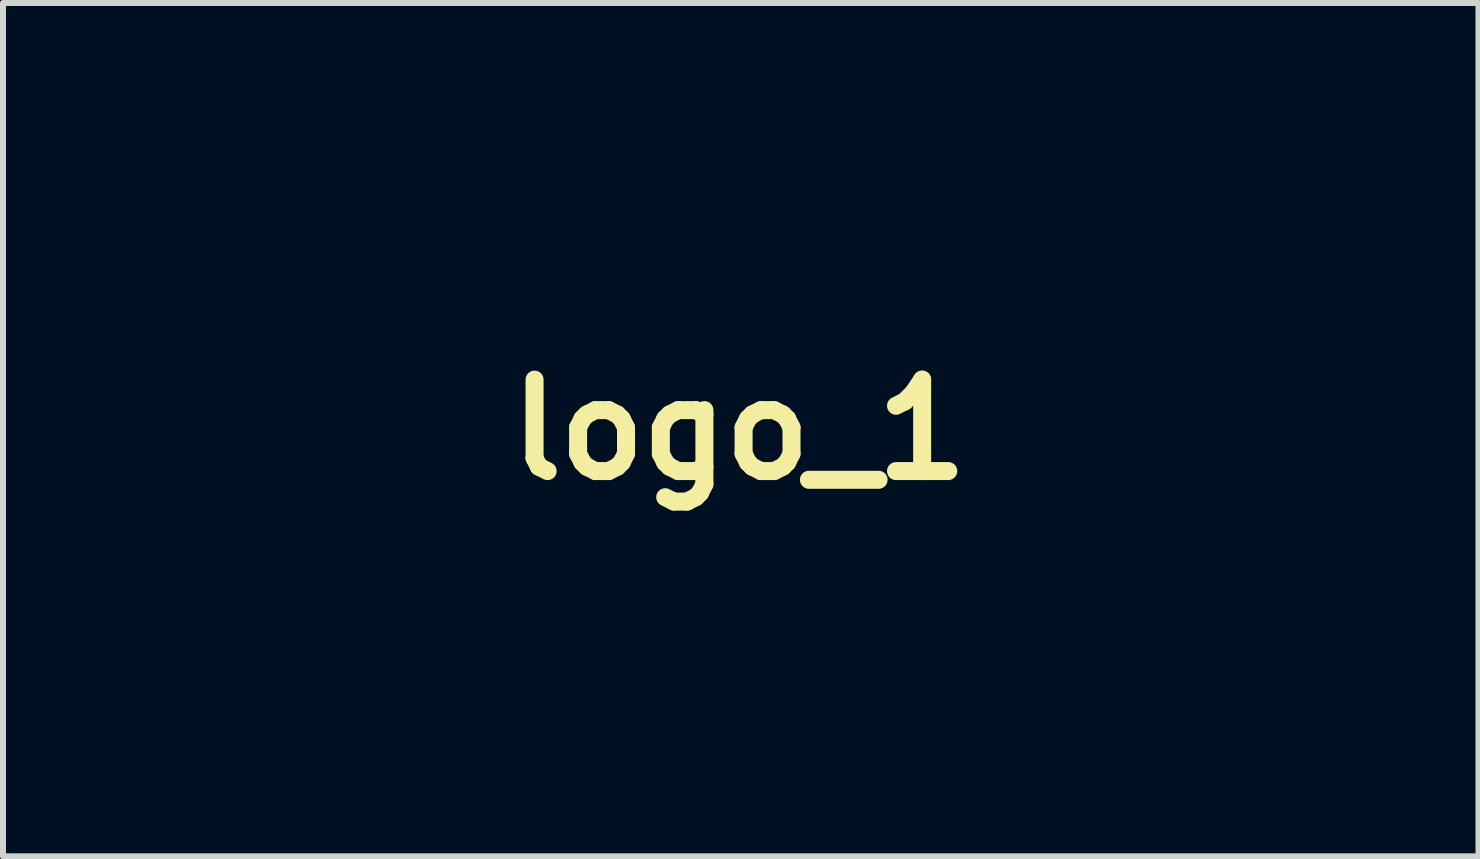
<source format=kicad_pcb>
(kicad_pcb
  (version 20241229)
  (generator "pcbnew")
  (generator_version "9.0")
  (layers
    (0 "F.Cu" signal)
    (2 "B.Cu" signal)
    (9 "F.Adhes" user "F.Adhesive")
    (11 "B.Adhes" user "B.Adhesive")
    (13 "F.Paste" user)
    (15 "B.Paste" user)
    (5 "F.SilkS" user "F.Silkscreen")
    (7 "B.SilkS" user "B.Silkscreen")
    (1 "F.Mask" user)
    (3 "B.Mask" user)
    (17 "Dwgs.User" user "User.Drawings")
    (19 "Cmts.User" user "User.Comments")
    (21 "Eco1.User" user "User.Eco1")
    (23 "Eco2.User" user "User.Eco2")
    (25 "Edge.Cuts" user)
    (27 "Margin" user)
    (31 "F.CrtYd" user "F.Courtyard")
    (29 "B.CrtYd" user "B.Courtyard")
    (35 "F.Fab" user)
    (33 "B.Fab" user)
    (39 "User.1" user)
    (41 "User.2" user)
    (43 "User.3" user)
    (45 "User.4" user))
  (footprint "logo_1"
    (layer "F.Cu")
    (at 9.269 4.111)
    (property "Reference" "logo_1" (at 0 0 0) (layer "F.SilkS") (effects (font (size 1.524 1.524) (thickness 0.3))))
    (attr through_hole)
    (fp_poly (pts (xy 7.845 -3.936) (xy 8.236 -3.934) (xy 8.577 -3.93) (xy 8.86 -3.925) (xy 9.081 -3.918) (xy 9.231 -3.91) (xy 9.306 -3.902) (xy 9.313 -3.898) (xy 9.287 -3.79) (xy 9.201 -3.736) (xy 9.102 -3.725) (xy 8.868 -3.692) (xy 8.637 -3.604) (xy 8.448 -3.474) (xy 8.439 -3.466) (xy 8.353 -3.359) (xy 8.257 -3.208) (xy 8.177 -3.055) (xy 8.143 -2.965) (xy 8.089 -2.802) (xy 8.017 -2.576) (xy 7.931 -2.293) (xy 7.831 -1.962) (xy 7.721 -1.592) (xy 7.602 -1.19) (xy 7.478 -0.765) (xy 7.351 -0.326) (xy 7.223 0.12) (xy 7.095 0.565) (xy 6.972 0.999) (xy 6.855 1.416) (xy 6.746 1.806) (xy 6.648 2.161) (xy 6.564 2.473) (xy 6.495 2.734) (xy 6.444 2.936) (xy 6.413 3.069) (xy 6.405 3.115) (xy 6.401 3.285) (xy 6.426 3.411) (xy 6.433 3.426) (xy 6.524 3.52) (xy 6.682 3.604) (xy 6.888 3.669) (xy 7.083 3.703) (xy 7.224 3.724) (xy 7.296 3.75) (xy 7.317 3.788) (xy 7.315 3.803) (xy 7.306 3.819) (xy 7.282 3.833) (xy 7.235 3.845) (xy 7.159 3.854) (xy 7.046 3.862) (xy 6.888 3.868) (xy 6.68 3.873) (xy 6.413 3.877) (xy 6.08 3.88) (xy 5.675 3.883) (xy 5.365 3.885) (xy 4.91 3.887) (xy 4.533 3.889) (xy 4.225 3.889) (xy 3.981 3.888) (xy 3.792 3.886) (xy 3.652 3.881) (xy 3.554 3.875) (xy 3.489 3.866) (xy 3.452 3.854) (xy 3.434 3.84) (xy 3.429 3.822) (xy 3.429 3.816) (xy 3.445 3.766) (xy 3.507 3.734) (xy 3.633 3.71) (xy 3.651 3.708) (xy 3.938 3.657) (xy 4.159 3.579) (xy 4.332 3.462) (xy 4.475 3.292) (xy 4.605 3.057) (xy 4.619 3.027) (xy 4.652 2.94) (xy 4.706 2.779) (xy 4.779 2.554) (xy 4.866 2.271) (xy 4.967 1.94) (xy 5.079 1.569) (xy 5.198 1.165) (xy 5.323 0.738) (xy 5.42 0.402) (xy 5.595 -0.204) (xy 5.747 -0.734) (xy 5.879 -1.194) (xy 5.992 -1.589) (xy 6.087 -1.924) (xy 6.166 -2.206) (xy 6.23 -2.439) (xy 6.281 -2.629) (xy 6.32 -2.782) (xy 6.349 -2.902) (xy 6.369 -2.997) (xy 6.382 -3.07) (xy 6.389 -3.127) (xy 6.392 -3.175) (xy 6.392 -3.194) (xy 6.362 -3.383) (xy 6.269 -3.527) (xy 6.109 -3.63) (xy 5.877 -3.694) (xy 5.733 -3.712) (xy 5.581 -3.731) (xy 5.5 -3.753) (xy 5.477 -3.784) (xy 5.48 -3.799) (xy 5.501 -3.877) (xy 5.503 -3.898) (xy 5.545 -3.907) (xy 5.664 -3.915) (xy 5.856 -3.922) (xy 6.114 -3.928) (xy 6.432 -3.932) (xy 6.803 -3.935) (xy 7.221 -3.937) (xy 7.408 -3.937) (xy 7.845 -3.936)) (stroke (width 0.01) (type solid)) (fill no) (layer "Eco2.User"))
    (fp_poly (pts (xy -1.524 -3.842) (xy -1.545 -3.773) (xy -1.618 -3.714) (xy -1.721 -3.666) (xy -1.849 -3.596) (xy -2.004 -3.487) (xy -2.154 -3.361) (xy -2.167 -3.348) (xy -2.228 -3.285) (xy -2.34 -3.162) (xy -2.499 -2.983) (xy -2.702 -2.753) (xy -2.945 -2.477) (xy -3.223 -2.159) (xy -3.534 -1.803) (xy -3.872 -1.414) (xy -4.235 -0.996) (xy -4.618 -0.554) (xy -5.018 -0.091) (xy -5.43 0.386) (xy -5.516 0.487) (xy -6.009 1.059) (xy -6.45 1.57) (xy -6.842 2.024) (xy -7.188 2.422) (xy -7.49 2.769) (xy -7.751 3.067) (xy -7.974 3.32) (xy -8.162 3.531) (xy -8.318 3.703) (xy -8.445 3.84) (xy -8.545 3.944) (xy -8.621 4.018) (xy -8.677 4.067) (xy -8.714 4.092) (xy -8.731 4.099) (xy -8.824 4.092) (xy -8.849 4.056) (xy -8.848 4.006) (xy -8.844 3.878) (xy -8.837 3.678) (xy -8.827 3.412) (xy -8.815 3.086) (xy -8.801 2.707) (xy -8.785 2.282) (xy -8.768 1.815) (xy -8.749 1.314) (xy -8.729 0.785) (xy -8.715 0.402) (xy -8.694 -0.145) (xy -8.676 -0.669) (xy -8.659 -1.165) (xy -8.644 -1.625) (xy -8.631 -2.044) (xy -8.621 -2.414) (xy -8.613 -2.73) (xy -8.608 -2.985) (xy -8.606 -3.173) (xy -8.607 -3.286) (xy -8.609 -3.318) (xy -8.694 -3.488) (xy -8.841 -3.62) (xy -9.033 -3.698) (xy -9.076 -3.706) (xy -9.197 -3.729) (xy -9.253 -3.76) (xy -9.264 -3.81) (xy -9.263 -3.826) (xy -9.258 -3.849) (xy -9.246 -3.867) (xy -9.219 -3.882) (xy -9.168 -3.894) (xy -9.086 -3.903) (xy -8.965 -3.91) (xy -8.797 -3.915) (xy -8.575 -3.919) (xy -8.289 -3.922) (xy -7.933 -3.925) (xy -7.609 -3.927) (xy -7.185 -3.93) (xy -6.837 -3.931) (xy -6.56 -3.93) (xy -6.346 -3.927) (xy -6.188 -3.92) (xy -6.078 -3.91) (xy -6.01 -3.895) (xy -5.976 -3.875) (xy -5.969 -3.849) (xy -5.981 -3.816) (xy -6.001 -3.785) (xy -6.06 -3.75) (xy -6.168 -3.721) (xy -6.21 -3.715) (xy -6.428 -3.652) (xy -6.602 -3.524) (xy -6.733 -3.329) (xy -6.824 -3.062) (xy -6.864 -2.845) (xy -6.874 -2.741) (xy -6.887 -2.571) (xy -6.902 -2.342) (xy -6.918 -2.065) (xy -6.935 -1.749) (xy -6.953 -1.403) (xy -6.971 -1.037) (xy -6.989 -0.661) (xy -7.006 -0.283) (xy -7.022 0.086) (xy -7.037 0.438) (xy -7.05 0.763) (xy -7.06 1.051) (xy -7.067 1.294) (xy -7.072 1.481) (xy -7.072 1.603) (xy -7.069 1.651) (xy -7.068 1.651) (xy -7.037 1.62) (xy -6.957 1.531) (xy -6.833 1.391) (xy -6.671 1.207) (xy -6.477 0.984) (xy -6.256 0.73) (xy -6.014 0.451) (xy -5.757 0.154) (xy -5.49 -0.155) (xy -5.219 -0.469) (xy -4.95 -0.781) (xy -4.688 -1.086) (xy -4.44 -1.376) (xy -4.21 -1.644) (xy -4.005 -1.885) (xy -3.83 -2.091) (xy -3.691 -2.257) (xy -3.593 -2.375) (xy -3.565 -2.409) (xy -3.366 -2.681) (xy -3.233 -2.922) (xy -3.159 -3.144) (xy -3.143 -3.239) (xy -3.138 -3.369) (xy -3.168 -3.457) (xy -3.228 -3.528) (xy -3.338 -3.608) (xy -3.479 -3.674) (xy -3.519 -3.687) (xy -3.645 -3.724) (xy -3.707 -3.751) (xy -3.723 -3.782) (xy -3.71 -3.833) (xy -3.705 -3.849) (xy -3.694 -3.876) (xy -3.673 -3.897) (xy -3.633 -3.912) (xy -3.562 -3.923) (xy -3.453 -3.93) (xy -3.293 -3.934) (xy -3.075 -3.936) (xy -2.786 -3.937) (xy -2.601 -3.937) (xy -1.524 -3.937) (xy -1.524 -3.842)) (stroke (width 0.01) (type solid)) (fill no) (layer "Eco2.User"))
    (fp_poly (pts (xy 4.073 -4.102) (xy 4.106 -4.091) (xy 4.097 -4.047) (xy 4.07 -3.933) (xy 4.029 -3.762) (xy 3.976 -3.545) (xy 3.916 -3.295) (xy 3.85 -3.023) (xy 3.781 -2.743) (xy 3.714 -2.467) (xy 3.65 -2.206) (xy 3.592 -1.973) (xy 3.544 -1.78) (xy 3.509 -1.639) (xy 3.49 -1.563) (xy 3.488 -1.556) (xy 3.432 -1.493) (xy 3.388 -1.482) (xy 3.307 -1.519) (xy 3.265 -1.627) (xy 3.26 -1.705) (xy 3.242 -1.859) (xy 3.193 -2.061) (xy 3.122 -2.284) (xy 3.038 -2.501) (xy 2.974 -2.635) (xy 2.812 -2.89) (xy 2.604 -3.128) (xy 2.371 -3.329) (xy 2.134 -3.475) (xy 2.054 -3.51) (xy 1.736 -3.589) (xy 1.425 -3.591) (xy 1.133 -3.518) (xy 0.871 -3.371) (xy 0.705 -3.219) (xy 0.549 -3.019) (xy 0.457 -2.821) (xy 0.416 -2.595) (xy 0.411 -2.434) (xy 0.421 -2.239) (xy 0.451 -2.056) (xy 0.508 -1.878) (xy 0.597 -1.696) (xy 0.723 -1.5) (xy 0.892 -1.282) (xy 1.11 -1.033) (xy 1.381 -0.744) (xy 1.646 -0.474) (xy 1.977 -0.131) (xy 2.246 0.17) (xy 2.461 0.44) (xy 2.626 0.687) (xy 2.747 0.923) (xy 2.831 1.157) (xy 2.884 1.398) (xy 2.91 1.651) (xy 2.898 2.09) (xy 2.811 2.496) (xy 2.652 2.865) (xy 2.425 3.192) (xy 2.132 3.474) (xy 1.779 3.707) (xy 1.369 3.888) (xy 0.905 4.012) (xy 0.593 4.059) (xy 0.323 4.079) (xy 0.038 4.078) (xy -0.278 4.056) (xy -0.64 4.012) (xy -1.062 3.944) (xy -1.235 3.913) (xy -1.599 3.853) (xy -1.895 3.82) (xy -2.137 3.815) (xy -2.338 3.838) (xy -2.51 3.89) (xy -2.664 3.969) (xy -2.834 4.063) (xy -2.956 4.104) (xy -3.026 4.092) (xy -3.037 4.026) (xy -3.035 4.019) (xy -3.02 3.958) (xy -2.989 3.825) (xy -2.943 3.63) (xy -2.885 3.383) (xy -2.817 3.094) (xy -2.742 2.774) (xy -2.682 2.516) (xy -2.593 2.137) (xy -2.521 1.832) (xy -2.463 1.593) (xy -2.417 1.413) (xy -2.379 1.283) (xy -2.349 1.195) (xy -2.322 1.14) (xy -2.298 1.112) (xy -2.273 1.102) (xy -2.258 1.101) (xy -2.191 1.117) (xy -2.154 1.182) (xy -2.138 1.259) (xy -2.117 1.372) (xy -2.084 1.539) (xy -2.044 1.731) (xy -2.026 1.812) (xy -1.894 2.262) (xy -1.707 2.656) (xy -1.47 2.988) (xy -1.186 3.256) (xy -0.858 3.456) (xy -0.489 3.584) (xy -0.399 3.602) (xy -0.065 3.627) (xy 0.252 3.581) (xy 0.541 3.47) (xy 0.794 3.305) (xy 1.001 3.091) (xy 1.154 2.836) (xy 1.243 2.549) (xy 1.259 2.238) (xy 1.255 2.197) (xy 1.226 2.002) (xy 1.177 1.818) (xy 1.102 1.635) (xy 0.995 1.443) (xy 0.85 1.235) (xy 0.661 0.999) (xy 0.423 0.728) (xy 0.128 0.411) (xy 0.057 0.336) (xy -0.286 -0.034) (xy -0.566 -0.362) (xy -0.789 -0.658) (xy -0.96 -0.93) (xy -1.084 -1.188) (xy -1.167 -1.442) (xy -1.213 -1.701) (xy -1.228 -1.974) (xy -1.228 -1.983) (xy -1.187 -2.382) (xy -1.066 -2.757) (xy -0.863 -3.109) (xy -0.604 -3.412) (xy -0.279 -3.685) (xy 0.085 -3.889) (xy 0.49 -4.025) (xy 0.939 -4.093) (xy 1.434 -4.093) (xy 1.977 -4.027) (xy 2.476 -3.919) (xy 2.801 -3.841) (xy 3.058 -3.792) (xy 3.262 -3.774) (xy 3.424 -3.787) (xy 3.556 -3.831) (xy 3.672 -3.908) (xy 3.764 -3.996) (xy 3.889 -4.085) (xy 3.987 -4.106) (xy 4.073 -4.102)) (stroke (width 0.01) (type solid)) (fill no) (layer "Eco2.User")))
  (gr_rect
    (start -3 -3)
    (end 21.588 11.22)
    (stroke (width 0.1) (type default))
    (fill no)
    (layer "Edge.Cuts")))
</source>
